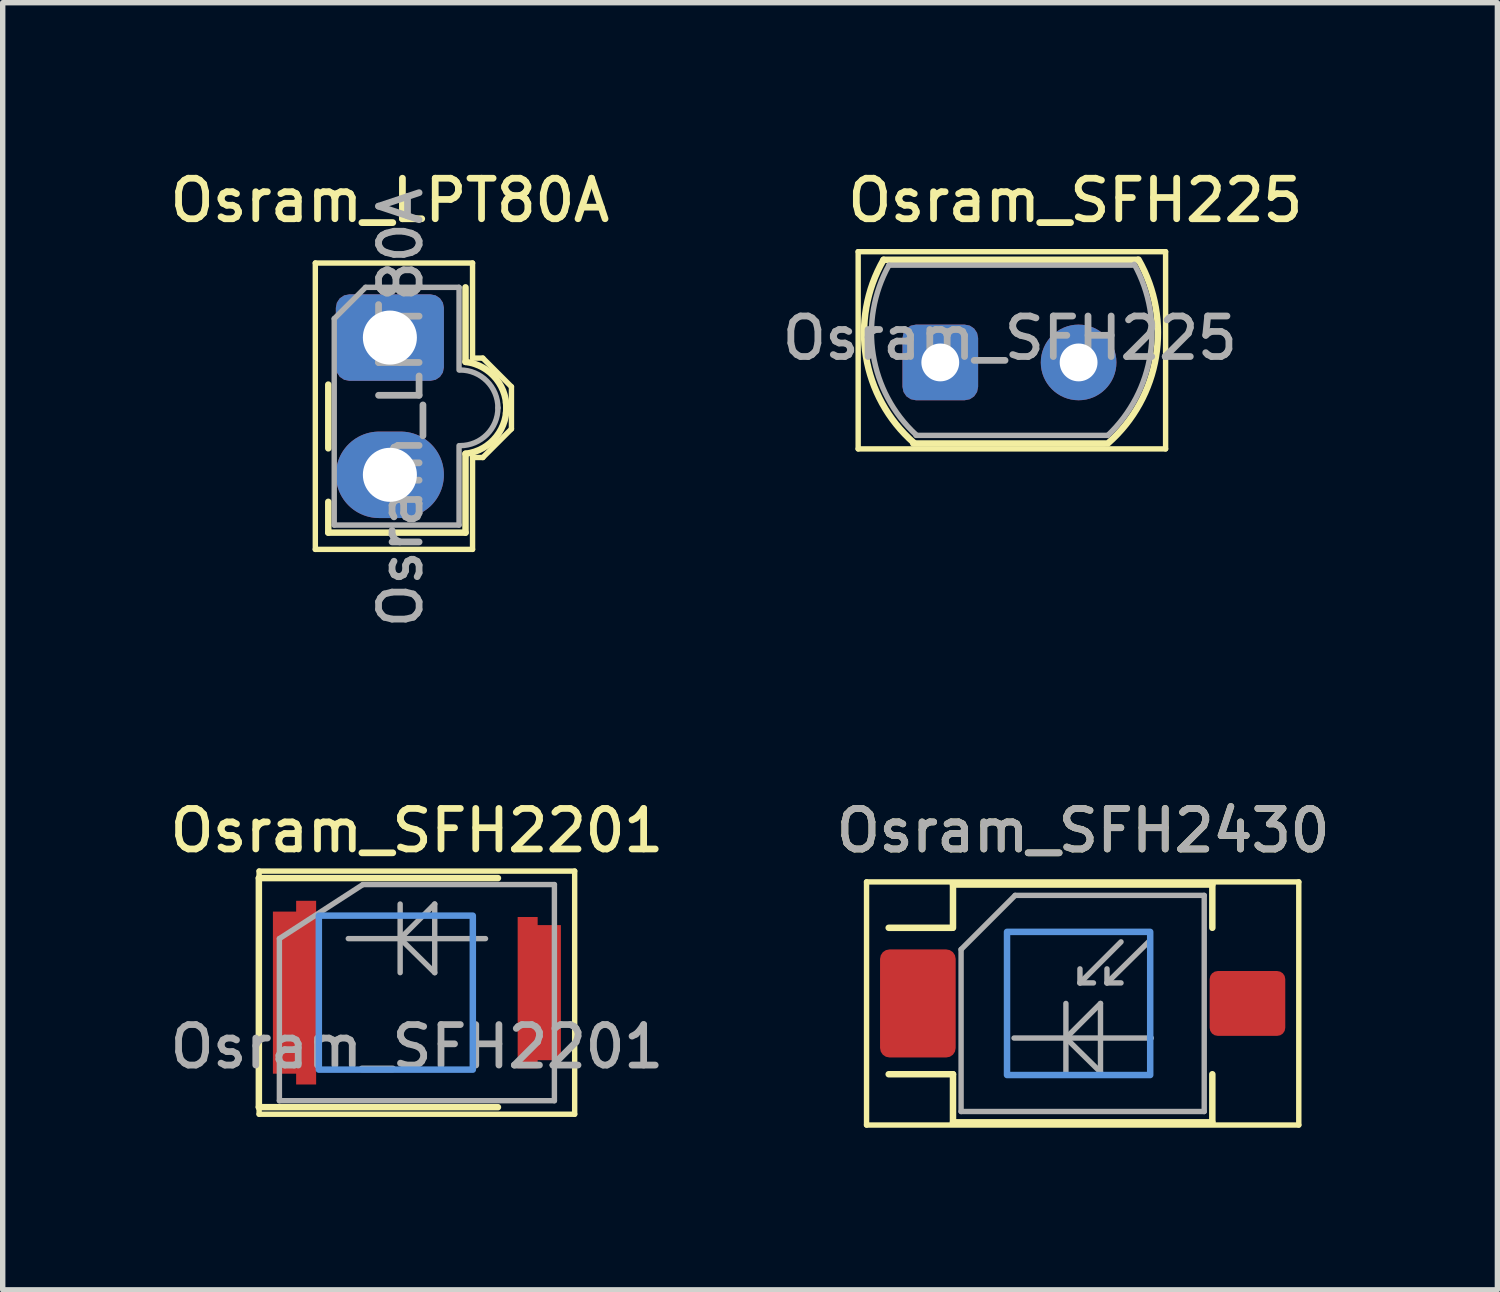
<source format=kicad_pcb>
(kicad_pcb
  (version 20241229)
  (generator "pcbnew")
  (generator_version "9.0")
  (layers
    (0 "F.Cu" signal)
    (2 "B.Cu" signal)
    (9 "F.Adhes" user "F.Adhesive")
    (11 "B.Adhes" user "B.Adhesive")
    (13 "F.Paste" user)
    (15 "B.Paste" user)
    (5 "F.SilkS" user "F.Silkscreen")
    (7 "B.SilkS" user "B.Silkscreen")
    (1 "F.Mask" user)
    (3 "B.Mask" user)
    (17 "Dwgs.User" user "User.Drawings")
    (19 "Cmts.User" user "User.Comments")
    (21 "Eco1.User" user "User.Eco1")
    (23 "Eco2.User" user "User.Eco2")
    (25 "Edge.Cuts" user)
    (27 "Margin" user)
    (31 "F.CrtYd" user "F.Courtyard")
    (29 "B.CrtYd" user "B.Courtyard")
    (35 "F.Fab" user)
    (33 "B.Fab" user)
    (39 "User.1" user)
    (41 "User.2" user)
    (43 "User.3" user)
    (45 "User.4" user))
  (footprint "Osram_LPT80A"
    (layer "F.Cu")
    (at 4.166 3.198)
    (property "Reference" "Osram_LPT80A" (at 0 -2.54 0) (layer "F.SilkS") (effects (font (size 0.75 0.75) (thickness 0.125))))
    (attr through_hole)
    (fp_line (start -1.38 -1.38) (end 1.53 -1.38) (stroke (width 0.1) (type solid)) (layer "F.SilkS"))
    (fp_line (start -1.38 3.92) (end -1.38 -1.38) (stroke (width 0.1) (type solid)) (layer "F.SilkS"))
    (fp_line (start -1.14 2.05) (end -1.14 0.87) (stroke (width 0.12) (type solid)) (layer "F.SilkS"))
    (fp_line (start -1.14 3.61) (end -1.14 3.04) (stroke (width 0.12) (type solid)) (layer "F.SilkS"))
    (fp_line (start 1.4 -0.93) (end 1.4 0.45) (stroke (width 0.12) (type solid)) (layer "F.SilkS"))
    (fp_line (start 1.4 2.15) (end 1.4 3.61) (stroke (width 0.12) (type solid)) (layer "F.SilkS"))
    (fp_line (start 1.4 3.61) (end -1.14 3.61) (stroke (width 0.12) (type solid)) (layer "F.SilkS"))
    (fp_line (start 1.53 -1.38) (end 1.53 0.38) (stroke (width 0.1) (type solid)) (layer "F.SilkS"))
    (fp_line (start 1.53 0.38) (end 1.72 0.38) (stroke (width 0.1) (type solid)) (layer "F.SilkS"))
    (fp_line (start 1.53 2.22) (end 1.53 3.92) (stroke (width 0.1) (type solid)) (layer "F.SilkS"))
    (fp_line (start 1.53 2.22) (end 1.72 2.22) (stroke (width 0.1) (type solid)) (layer "F.SilkS"))
    (fp_line (start 1.53 3.92) (end -1.38 3.92) (stroke (width 0.1) (type solid)) (layer "F.SilkS"))
    (fp_line (start 1.72 2.22) (end 2.25 1.69) (stroke (width 0.1) (type solid)) (layer "F.SilkS"))
    (fp_line (start 2.25 0.91) (end 1.72 0.38) (stroke (width 0.1) (type solid)) (layer "F.SilkS"))
    (fp_line (start 2.25 1.69) (end 2.25 0.91) (stroke (width 0.1) (type solid)) (layer "F.SilkS"))
    (fp_arc (start 1.4 0.45) (mid 1.971751 0.76967) (end 2.15 1.4) (stroke (width 0.12) (type solid)) (layer "F.SilkS"))
    (fp_arc (start 2.15 1.2) (mid 1.971751 1.83033) (end 1.4 2.15) (stroke (width 0.12) (type solid)) (layer "F.SilkS"))
    (fp_line (start -1.03 3.47) (end -1.03 -0.35) (stroke (width 0.1) (type solid)) (layer "F.Fab"))
    (fp_line (start -0.45 -0.93) (end -1.03 -0.35) (stroke (width 0.1) (type solid)) (layer "F.Fab"))
    (fp_line (start -0.45 -0.93) (end 1.28 -0.93) (stroke (width 0.1) (type solid)) (layer "F.Fab"))
    (fp_line (start 1.28 -0.93) (end 1.28 0.6) (stroke (width 0.1) (type solid)) (layer "F.Fab"))
    (fp_line (start 1.28 3.47) (end -1.03 3.47) (stroke (width 0.1) (type solid)) (layer "F.Fab"))
    (fp_line (start 1.28 3.47) (end 1.28 2) (stroke (width 0.1) (type solid)) (layer "F.Fab"))
    (fp_arc (start 1.3 0.6) (mid 1.794975 0.805025) (end 2 1.3) (stroke (width 0.1) (type solid)) (layer "F.Fab"))
    (fp_arc (start 2 1.3) (mid 1.794975 1.794975) (end 1.3 2) (stroke (width 0.1) (type solid)) (layer "F.Fab"))
    (fp_text user "${REFERENCE}" (at 0.2 1.3 90) (layer "F.Fab") (effects (font (size 0.75 0.75) (thickness 0.125))))
    (pad "1" thru_hole roundrect (at 0 0) (size 2 1.6) (drill 1) (layers "*.Cu" "*.Mask") (roundrect_rratio 0.156))
    (pad "2" thru_hole oval (at 0 2.54) (size 2 1.6) (drill 1) (layers "*.Cu" "*.Mask")))
  (footprint "Osram_SFH225"
    (layer "F.Cu")
    (at 14.353 3.658)
    (property "Reference" "Osram_SFH225" (at 2.5 -3 0) (layer "F.SilkS") (effects (font (size 0.75 0.75) (thickness 0.125))))
    (attr through_hole)
    (fp_line (start -1.52 -2.05) (end -1.52 1.6) (stroke (width 0.1) (type solid)) (layer "F.SilkS"))
    (fp_line (start -1.52 -2.05) (end 4.17 -2.05) (stroke (width 0.1) (type solid)) (layer "F.SilkS"))
    (fp_line (start -1.05 -1.9) (end 3.65 -1.9) (stroke (width 0.12) (type solid)) (layer "F.SilkS"))
    (fp_line (start -0.5 1.5) (end 3.05 1.5) (stroke (width 0.12) (type solid)) (layer "F.SilkS"))
    (fp_line (start 4.17 1.6) (end -1.52 1.6) (stroke (width 0.1) (type solid)) (layer "F.SilkS"))
    (fp_line (start 4.17 1.6) (end 4.17 -2.05) (stroke (width 0.1) (type solid)) (layer "F.SilkS"))
    (fp_arc (start -0.489222 1.487733) (mid -1.374411 -0.10602) (end -1.05 -1.9) (stroke (width 0.12) (type solid)) (layer "F.SilkS"))
    (fp_arc (start 3.668649 -1.903514) (mid 3.990796 -0.10043) (end 3.1 1.5) (stroke (width 0.12) (type solid)) (layer "F.SilkS"))
    (fp_line (start -0.95 -1.8) (end 3.55 -1.8) (stroke (width 0.1) (type solid)) (layer "F.Fab"))
    (fp_line (start -0.45 1.35) (end 3.1 1.35) (stroke (width 0.1) (type solid)) (layer "F.Fab"))
    (fp_arc (start -0.44376 1.343225) (mid -1.24116 -0.140727) (end -0.95 -1.8) (stroke (width 0.1) (type solid)) (layer "F.Fab"))
    (fp_arc (start 3.590183 -1.81691) (mid 3.886451 -0.149662) (end 3.1 1.35) (stroke (width 0.1) (type solid)) (layer "F.Fab"))
    (fp_text user "${REFERENCE}" (at 1.288 -0.45 0) (layer "F.Fab") (effects (font (size 0.75 0.75) (thickness 0.125))))
    (pad "1" thru_hole roundrect (at 0 0) (size 1.4 1.4) (drill 0.7) (layers "*.Cu" "*.Mask") (roundrect_rratio 0.178))
    (pad "2" thru_hole circle (at 2.56 0) (size 1.4 1.4) (drill 0.7) (layers "*.Cu" "*.Mask")))
  (footprint "Osram_SFH2201"
    (layer "F.Cu")
    (at 4.666 15.322)
    (property "Reference" "Osram_SFH2201" (at 0 -3 0) (unlocked yes) (layer "F.SilkS") (effects (font (size 0.75 0.75) (thickness 0.125))))
    (attr smd)
    (fp_line (start -2.925 -2.12) (end -2.925 2.12) (stroke (width 0.12) (type solid)) (layer "F.SilkS"))
    (fp_line (start -2.925 2.12) (end 1.5 2.12) (stroke (width 0.12) (type solid)) (layer "F.SilkS"))
    (fp_line (start -2.92 -2.25) (end -2.92 2.25) (stroke (width 0.1) (type solid)) (layer "F.SilkS"))
    (fp_line (start -2.92 -2.25) (end 2.92 -2.25) (stroke (width 0.1) (type solid)) (layer "F.SilkS"))
    (fp_line (start 1.5 -2.12) (end -2.925 -2.12) (stroke (width 0.12) (type solid)) (layer "F.SilkS"))
    (fp_line (start 2.92 2.25) (end -2.92 2.25) (stroke (width 0.1) (type solid)) (layer "F.SilkS"))
    (fp_line (start 2.92 2.25) (end 2.92 -2.25) (stroke (width 0.1) (type solid)) (layer "F.SilkS"))
    (fp_rect (start -1.815 -1.425) (end 1.035 1.425) (stroke (width 0.12) (type solid)) (fill no) (layer "Cmts.User"))
    (fp_line (start -2.545 -1) (end -2.545 2) (stroke (width 0.1) (type solid)) (layer "F.Fab"))
    (fp_line (start -2.545 -1) (end -1 -2) (stroke (width 0.1) (type solid)) (layer "F.Fab"))
    (fp_line (start -1.27 -1) (end 1.27 -1) (stroke (width 0.1) (type solid)) (layer "F.Fab"))
    (fp_line (start -1 -2) (end 2.545 -2) (stroke (width 0.1) (type solid)) (layer "F.Fab"))
    (fp_line (start -0.31 -1.64) (end -0.31 -0.37) (stroke (width 0.1) (type solid)) (layer "F.Fab"))
    (fp_line (start -0.31 -1) (end 0.33 -1.64) (stroke (width 0.1) (type solid)) (layer "F.Fab"))
    (fp_line (start 0.33 -1.64) (end 0.33 -0.37) (stroke (width 0.1) (type solid)) (layer "F.Fab"))
    (fp_line (start 0.33 -0.37) (end -0.31 -1) (stroke (width 0.1) (type solid)) (layer "F.Fab"))
    (fp_line (start 2.545 -2) (end 2.545 2) (stroke (width 0.1) (type solid)) (layer "F.Fab"))
    (fp_line (start 2.545 2) (end -2.545 2) (stroke (width 0.1) (type solid)) (layer "F.Fab"))
    (fp_text user "${REFERENCE}" (at 0 1 0) (unlocked yes) (layer "F.Fab") (effects (font (size 0.75 0.75) (thickness 0.125))))
    (pad "" smd rect (at -2.265 -0.8) (size 0.6 1) (layers "F.Paste"))
    (pad "" smd rect (at -2.265 0.8) (size 0.6 1) (layers "F.Paste"))
    (pad "" smd rect (at 2.265 -0.7) (size 0.6 1) (layers "F.Paste"))
    (pad "" smd rect (at 2.265 0.7) (size 0.6 1) (layers "F.Paste"))
    (pad "1" smd custom (at -2.265 0) (size 0.8 3) (layers "F.Cu" "F.Mask") (options (anchor rect)) (primitives (gr_poly (pts (xy -0.4 -1.5) (xy 0.03 -1.5) (xy 0.03 -1.7) (xy 0.4 -1.7) (xy 0.4 1.7) (xy 0.03 1.7) (xy 0.03 1.5) (xy -0.4 1.5)) (width 0) (fill yes))))
    (pad "2" smd custom (at 2.265 0 180) (size 0.8 2.5) (layers "F.Cu" "F.Mask") (options (anchor rect)) (primitives (gr_poly (pts (xy -0.4 -1.25) (xy 0.03 -1.25) (xy 0.03 -1.4) (xy 0.4 -1.4) (xy 0.4 1.4) (xy 0.03 1.4) (xy 0.03 1.25) (xy -0.4 1.25)) (width 0) (fill yes)))))
  (footprint "Osram_SFH2430"
    (layer "F.Cu")
    (at 16.988 15.522)
    (property "Reference" "Osram_SFH2430" (at 0.01 -3.2 0) (layer "F.SilkS") (effects (font (size 0.75 0.75) (thickness 0.125))))
    (attr smd)
    (fp_line (start -4 -2.25) (end -4 2.25) (stroke (width 0.1) (type solid)) (layer "F.SilkS"))
    (fp_line (start -4 -2.25) (end 4 -2.25) (stroke (width 0.1) (type solid)) (layer "F.SilkS"))
    (fp_line (start -3.59 1.31) (end -2.4 1.31) (stroke (width 0.12) (type solid)) (layer "F.SilkS"))
    (fp_line (start -2.41 -1.4) (end -3.59 -1.4) (stroke (width 0.12) (type solid)) (layer "F.SilkS"))
    (fp_line (start -2.4 -2.2) (end -2.4 -1.4) (stroke (width 0.12) (type solid)) (layer "F.SilkS"))
    (fp_line (start -2.4 1.31) (end -2.4 2.2) (stroke (width 0.12) (type solid)) (layer "F.SilkS"))
    (fp_line (start -2.4 2.2) (end 2.4 2.2) (stroke (width 0.12) (type solid)) (layer "F.SilkS"))
    (fp_line (start 2.4 -2.2) (end -2.4 -2.2) (stroke (width 0.12) (type solid)) (layer "F.SilkS"))
    (fp_line (start 2.4 -1.4) (end 2.4 -2.2) (stroke (width 0.12) (type solid)) (layer "F.SilkS"))
    (fp_line (start 2.4 2.2) (end 2.4 1.31) (stroke (width 0.12) (type solid)) (layer "F.SilkS"))
    (fp_line (start 4 2.25) (end -4 2.25) (stroke (width 0.1) (type solid)) (layer "F.SilkS"))
    (fp_line (start 4 2.25) (end 4 -2.25) (stroke (width 0.1) (type solid)) (layer "F.SilkS"))
    (fp_rect (start -1.4 -1.325) (end 1.25 1.325) (stroke (width 0.12) (type solid)) (fill no) (layer "Cmts.User"))
    (fp_line (start -2.25 -1) (end -2.25 2) (stroke (width 0.1) (type solid)) (layer "F.Fab"))
    (fp_line (start -2.25 -1) (end -1.25 -2) (stroke (width 0.1) (type solid)) (layer "F.Fab"))
    (fp_line (start -1.27 0.64) (end 1.27 0.64) (stroke (width 0.1) (type solid)) (layer "F.Fab"))
    (fp_line (start -1.25 -2) (end 2.25 -2) (stroke (width 0.1) (type solid)) (layer "F.Fab"))
    (fp_line (start -0.31 0) (end -0.31 1.27) (stroke (width 0.1) (type solid)) (layer "F.Fab"))
    (fp_line (start -0.31 0.64) (end 0.33 0) (stroke (width 0.1) (type solid)) (layer "F.Fab"))
    (fp_line (start -0.05 -0.38) (end -0.05 -0.64) (stroke (width 0.1) (type solid)) (layer "F.Fab"))
    (fp_line (start -0.05 -0.38) (end 0.2 -0.38) (stroke (width 0.1) (type solid)) (layer "F.Fab"))
    (fp_line (start 0.33 0) (end 0.33 1.27) (stroke (width 0.1) (type solid)) (layer "F.Fab"))
    (fp_line (start 0.33 1.27) (end -0.31 0.64) (stroke (width 0.1) (type solid)) (layer "F.Fab"))
    (fp_line (start 0.45 -0.38) (end 0.45 -0.64) (stroke (width 0.1) (type solid)) (layer "F.Fab"))
    (fp_line (start 0.45 -0.38) (end 0.71 -0.38) (stroke (width 0.1) (type solid)) (layer "F.Fab"))
    (fp_line (start 0.71 -1.14) (end -0.05 -0.38) (stroke (width 0.1) (type solid)) (layer "F.Fab"))
    (fp_line (start 1.22 -1.14) (end 0.45 -0.38) (stroke (width 0.1) (type solid)) (layer "F.Fab"))
    (fp_line (start 2.25 -2) (end 2.25 2) (stroke (width 0.1) (type solid)) (layer "F.Fab"))
    (fp_line (start 2.25 2) (end -2.25 2) (stroke (width 0.1) (type solid)) (layer "F.Fab"))
    (fp_text user "${REFERENCE}" (at 0.01 -3.2 0) (layer "F.Fab") (effects (font (size 0.75 0.75) (thickness 0.125))))
    (pad "" smd roundrect (at -3.05 0 180) (size 1.3 1.9) (layers "F.Paste") (roundrect_rratio 0.125))
    (pad "" smd roundrect (at -3.05 0 180) (size 1.5 2.1) (layers "F.Mask") (roundrect_rratio 0.125))
    (pad "" smd roundrect (at 3.05 0 180) (size 1.3 1.1) (layers "F.Paste") (roundrect_rratio 0.125))
    (pad "" smd roundrect (at 3.05 0 180) (size 1.5 1.3) (layers "F.Mask") (roundrect_rratio 0.125))
    (pad "1" smd roundrect (at -3.05 0 180) (size 1.4 2) (layers "F.Cu" "F.Mask") (roundrect_rratio 0.125))
    (pad "2" smd roundrect (at 3.05 0 180) (size 1.4 1.2) (layers "F.Cu" "F.Mask") (roundrect_rratio 0.125)))
  (gr_rect
    (start -3 -3)
    (end 24.664 20.822)
    (stroke (width 0.1) (type default))
    (fill no)
    (layer "Edge.Cuts")))
</source>
